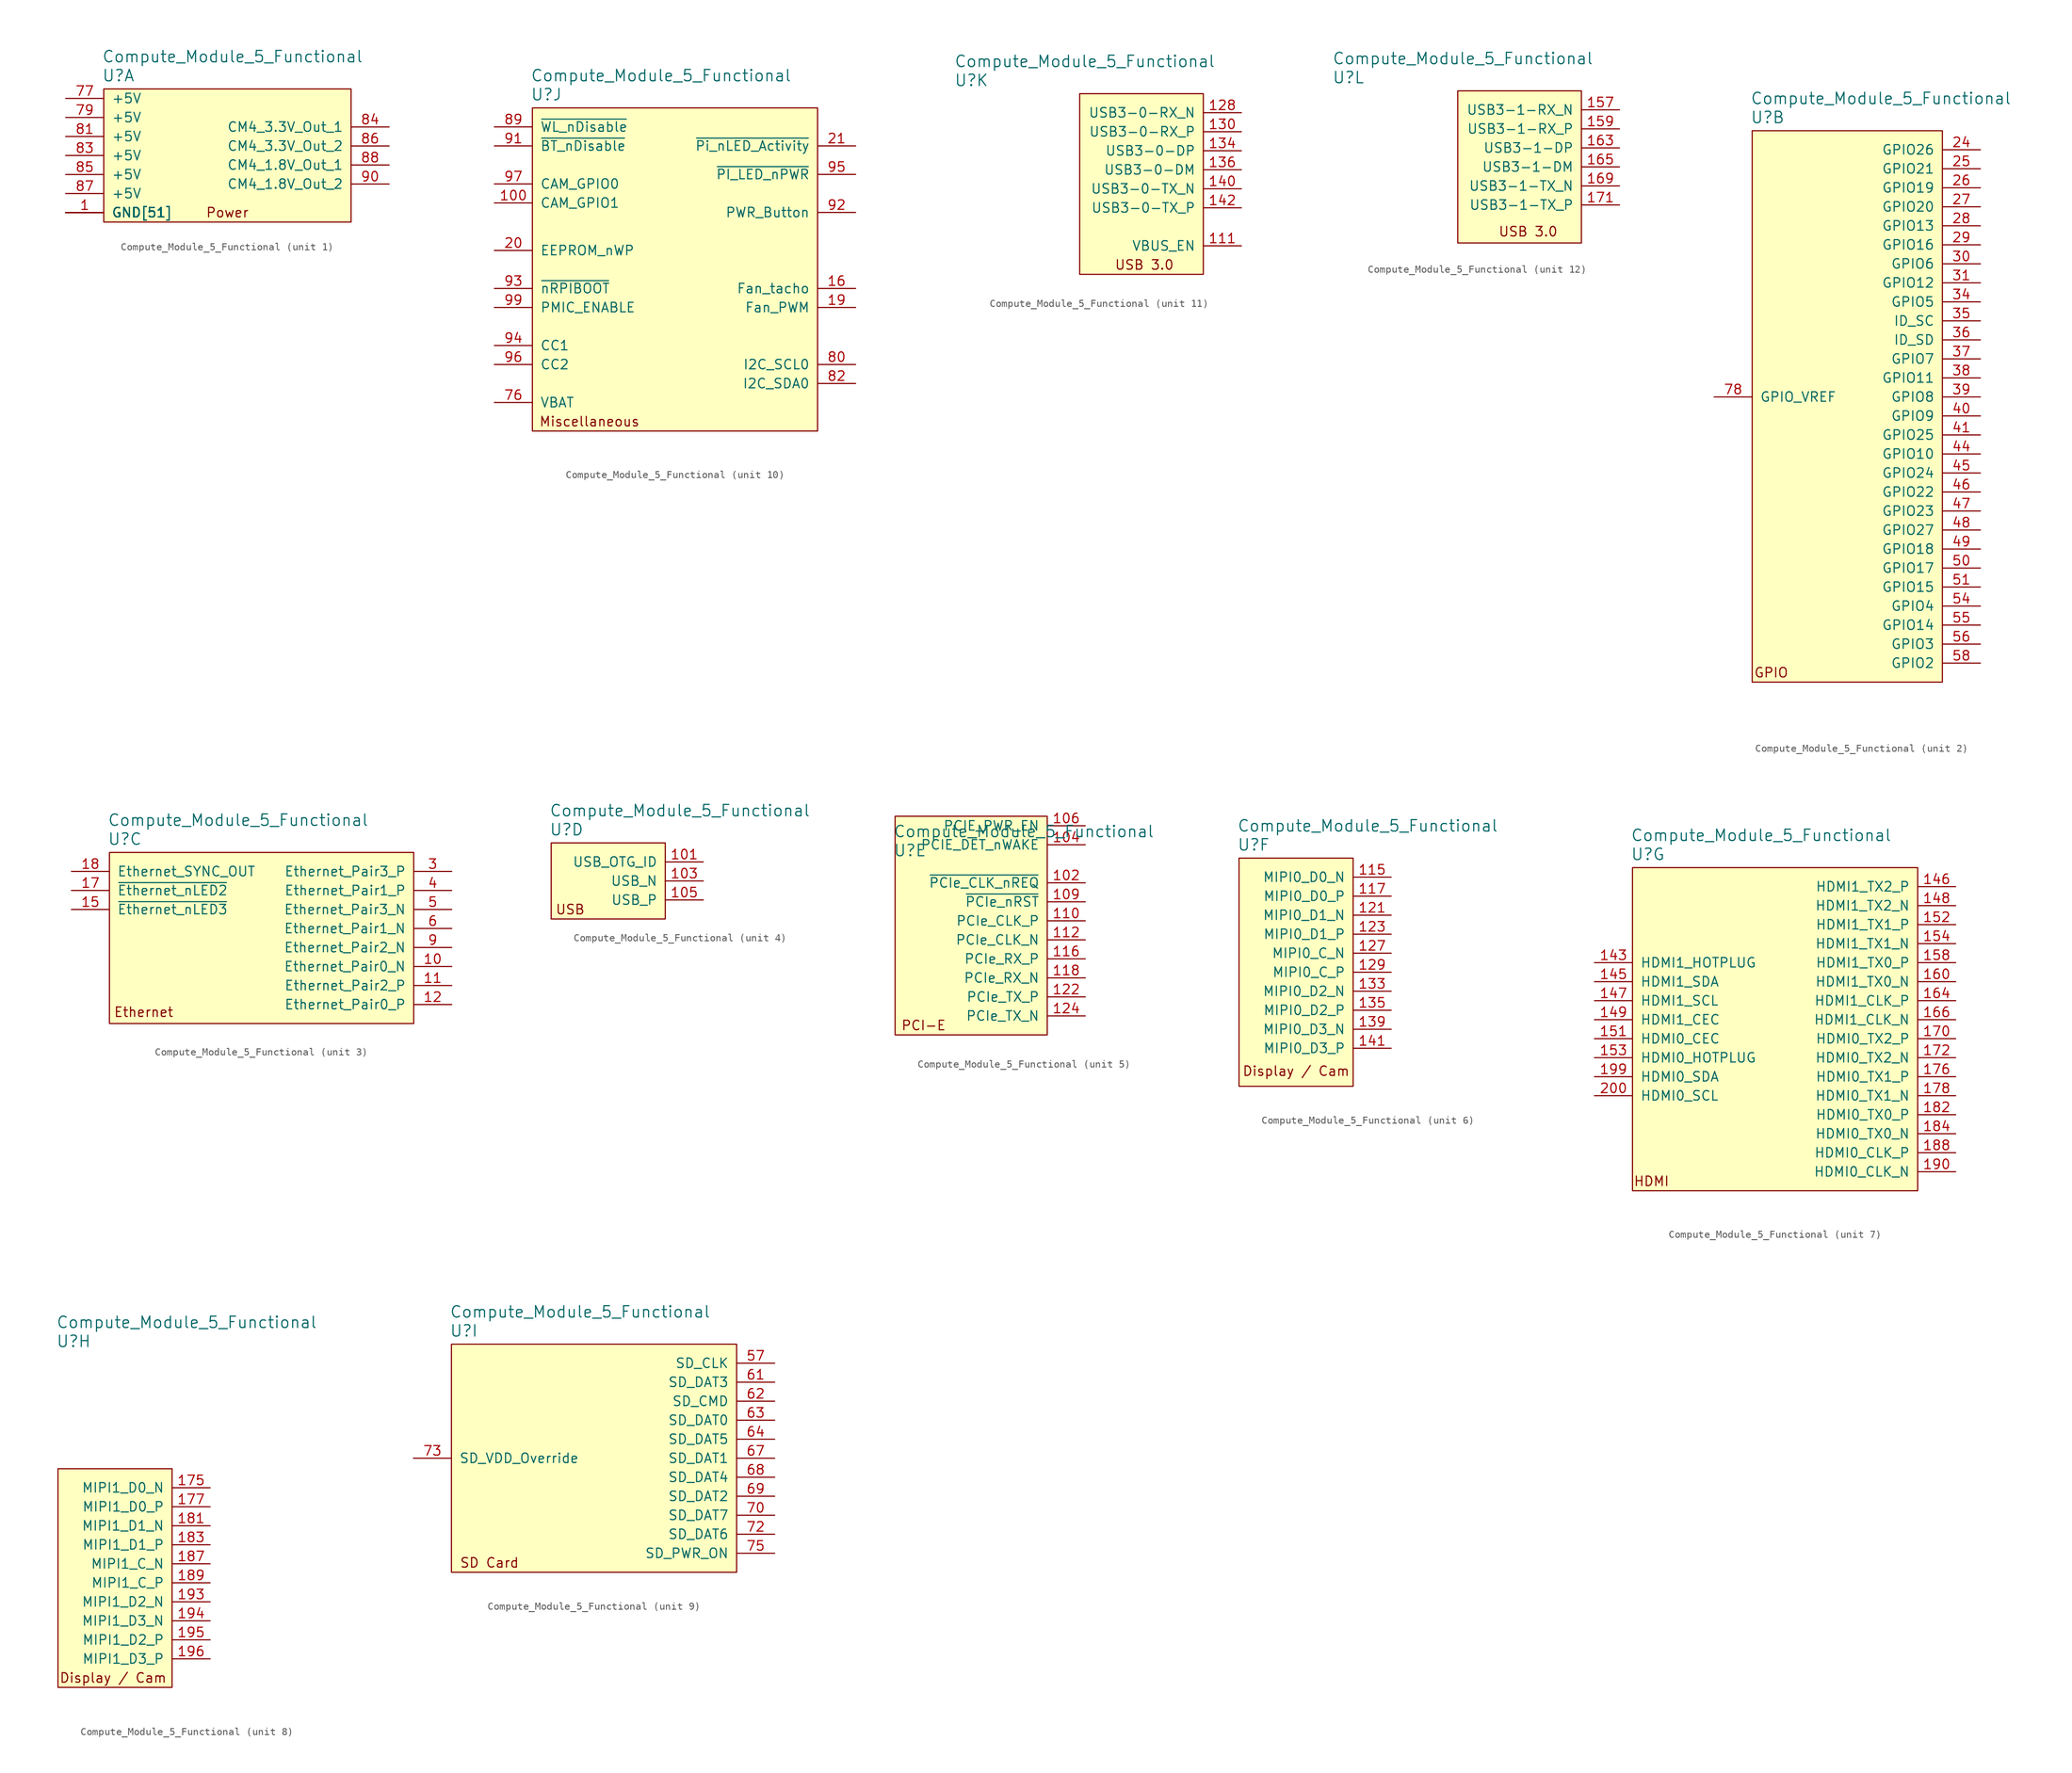
<source format=kicad_sym>
(kicad_symbol_lib
  (version 20231120)
  (generator "kicad_symbol_editor")
  (generator_version "8.0")
  (symbol "Compute_Module_5_Functional"
    (pin_names
      (offset 1.016))
    (property "Reference" "U"
      (at 4.826 4.318 0)
      (effects (font (size 1.524 1.524)) (justify left)))
    (property "Value" "Compute_Module_5_Functional"
      (at 4.826 6.858 0)
      (effects (font (size 1.524 1.524)) (justify left)))
    (property "ki_locked" ""
      (at 0 0 0)
      (effects (font (size 1.27 1.27))))
    (symbol "Compute_Module_5_Functional_1_0"
      (text "Power" (at 21.59 -13.97 0) (effects (font (size 1.27 1.27)))))
    (symbol "Compute_Module_5_Functional_1_1"
      (rectangle (start 5.08 2.54) (end 38.1 -15.24) (stroke (width 0) (type solid)) (fill (type background)))
      (pin power_in line (at 0 -13.97 0) (length 5.08) (name "GND[51]" (effects (font (size 1.27 1.27)))) (number "1" (effects (font (size 1.27 1.27)))))
      (pin power_in line (at 0 -13.97 0) (length 5.08) (name "GND[51]" (effects (font (size 1.27 1.27)))) (number "107" (effects (font (size 0 0)))))
      (pin power_in line (at 0 -13.97 0) (length 5.08) (name "GND[51]" (effects (font (size 1.27 1.27)))) (number "108" (effects (font (size 0 0)))))
      (pin power_in line (at 0 -13.97 0) (length 5.08) (name "GND[51]" (effects (font (size 1.27 1.27)))) (number "113" (effects (font (size 0 0)))))
      (pin power_in line (at 0 -13.97 0) (length 5.08) (name "GND[51]" (effects (font (size 1.27 1.27)))) (number "114" (effects (font (size 0 0)))))
      (pin power_in line (at 0 -13.97 0) (length 5.08) (name "GND[51]" (effects (font (size 1.27 1.27)))) (number "119" (effects (font (size 0 0)))))
      (pin power_in line (at 0 -13.97 0) (length 5.08) (name "GND[51]" (effects (font (size 1.27 1.27)))) (number "120" (effects (font (size 0 0)))))
      (pin power_in line (at 0 -13.97 0) (length 5.08) (name "GND[51]" (effects (font (size 1.27 1.27)))) (number "125" (effects (font (size 0 0)))))
      (pin power_in line (at 0 -13.97 0) (length 5.08) (name "GND[51]" (effects (font (size 1.27 1.27)))) (number "126" (effects (font (size 0 0)))))
      (pin power_in line (at 0 -13.97 0) (length 5.08) (name "GND[51]" (effects (font (size 1.27 1.27)))) (number "13" (effects (font (size 0 0)))))
      (pin power_in line (at 0 -13.97 0) (length 5.08) (name "GND[51]" (effects (font (size 1.27 1.27)))) (number "131" (effects (font (size 0 0)))))
      (pin power_in line (at 0 -13.97 0) (length 5.08) (name "GND[51]" (effects (font (size 1.27 1.27)))) (number "132" (effects (font (size 0 0)))))
      (pin power_in line (at 0 -13.97 0) (length 5.08) (name "GND[51]" (effects (font (size 1.27 1.27)))) (number "137" (effects (font (size 0 0)))))
      (pin power_in line (at 0 -13.97 0) (length 5.08) (name "GND[51]" (effects (font (size 1.27 1.27)))) (number "138" (effects (font (size 0 0)))))
      (pin power_in line (at 0 -13.97 0) (length 5.08) (name "GND[51]" (effects (font (size 1.27 1.27)))) (number "14" (effects (font (size 0 0)))))
      (pin power_in line (at 0 -13.97 0) (length 5.08) (name "GND[51]" (effects (font (size 1.27 1.27)))) (number "144" (effects (font (size 0 0)))))
      (pin power_in line (at 0 -13.97 0) (length 5.08) (name "GND[51]" (effects (font (size 1.27 1.27)))) (number "150" (effects (font (size 0 0)))))
      (pin power_in line (at 0 -13.97 0) (length 5.08) (name "GND[51]" (effects (font (size 1.27 1.27)))) (number "155" (effects (font (size 0 0)))))
      (pin power_in line (at 0 -13.97 0) (length 5.08) (name "GND[51]" (effects (font (size 1.27 1.27)))) (number "156" (effects (font (size 0 0)))))
      (pin power_in line (at 0 -13.97 0) (length 5.08) (name "GND[51]" (effects (font (size 1.27 1.27)))) (number "161" (effects (font (size 0 0)))))
      (pin power_in line (at 0 -13.97 0) (length 5.08) (name "GND[51]" (effects (font (size 1.27 1.27)))) (number "162" (effects (font (size 0 0)))))
      (pin power_in line (at 0 -13.97 0) (length 5.08) (name "GND[51]" (effects (font (size 1.27 1.27)))) (number "167" (effects (font (size 0 0)))))
      (pin power_in line (at 0 -13.97 0) (length 5.08) (name "GND[51]" (effects (font (size 1.27 1.27)))) (number "168" (effects (font (size 0 0)))))
      (pin power_in line (at 0 -13.97 0) (length 5.08) (name "GND[51]" (effects (font (size 1.27 1.27)))) (number "173" (effects (font (size 0 0)))))
      (pin power_in line (at 0 -13.97 0) (length 5.08) (name "GND[51]" (effects (font (size 1.27 1.27)))) (number "174" (effects (font (size 0 0)))))
      (pin power_in line (at 0 -13.97 0) (length 5.08) (name "GND[51]" (effects (font (size 1.27 1.27)))) (number "179" (effects (font (size 0 0)))))
      (pin power_in line (at 0 -13.97 0) (length 5.08) (name "GND[51]" (effects (font (size 1.27 1.27)))) (number "180" (effects (font (size 0 0)))))
      (pin power_in line (at 0 -13.97 0) (length 5.08) (name "GND[51]" (effects (font (size 1.27 1.27)))) (number "185" (effects (font (size 0 0)))))
      (pin power_in line (at 0 -13.97 0) (length 5.08) (name "GND[51]" (effects (font (size 1.27 1.27)))) (number "186" (effects (font (size 0 0)))))
      (pin power_in line (at 0 -13.97 0) (length 5.08) (name "GND[51]" (effects (font (size 1.27 1.27)))) (number "191" (effects (font (size 0 0)))))
      (pin power_in line (at 0 -13.97 0) (length 5.08) (name "GND[51]" (effects (font (size 1.27 1.27)))) (number "192" (effects (font (size 0 0)))))
      (pin power_in line (at 0 -13.97 0) (length 5.08) (name "GND[51]" (effects (font (size 1.27 1.27)))) (number "197" (effects (font (size 0 0)))))
      (pin power_in line (at 0 -13.97 0) (length 5.08) (name "GND[51]" (effects (font (size 1.27 1.27)))) (number "198" (effects (font (size 0 0)))))
      (pin power_in line (at 0 -13.97 0) (length 5.08) (name "GND[51]" (effects (font (size 1.27 1.27)))) (number "2" (effects (font (size 0 0)))))
      (pin power_in line (at 0 -13.97 0) (length 5.08) (name "GND[51]" (effects (font (size 1.27 1.27)))) (number "22" (effects (font (size 0 0)))))
      (pin power_in line (at 0 -13.97 0) (length 5.08) (name "GND[51]" (effects (font (size 1.27 1.27)))) (number "23" (effects (font (size 0 0)))))
      (pin power_in line (at 0 -13.97 0) (length 5.08) (name "GND[51]" (effects (font (size 1.27 1.27)))) (number "32" (effects (font (size 0 0)))))
      (pin power_in line (at 0 -13.97 0) (length 5.08) (name "GND[51]" (effects (font (size 1.27 1.27)))) (number "33" (effects (font (size 0 0)))))
      (pin power_in line (at 0 -13.97 0) (length 5.08) (name "GND[51]" (effects (font (size 1.27 1.27)))) (number "42" (effects (font (size 0 0)))))
      (pin power_in line (at 0 -13.97 0) (length 5.08) (name "GND[51]" (effects (font (size 1.27 1.27)))) (number "43" (effects (font (size 0 0)))))
      (pin power_in line (at 0 -13.97 0) (length 5.08) (name "GND[51]" (effects (font (size 1.27 1.27)))) (number "52" (effects (font (size 0 0)))))
      (pin power_in line (at 0 -13.97 0) (length 5.08) (name "GND[51]" (effects (font (size 1.27 1.27)))) (number "53" (effects (font (size 0 0)))))
      (pin power_in line (at 0 -13.97 0) (length 5.08) (name "GND[51]" (effects (font (size 1.27 1.27)))) (number "59" (effects (font (size 0 0)))))
      (pin power_in line (at 0 -13.97 0) (length 5.08) (name "GND[51]" (effects (font (size 1.27 1.27)))) (number "60" (effects (font (size 0 0)))))
      (pin power_in line (at 0 -13.97 0) (length 5.08) (name "GND[51]" (effects (font (size 1.27 1.27)))) (number "65" (effects (font (size 0 0)))))
      (pin power_in line (at 0 -13.97 0) (length 5.08) (name "GND[51]" (effects (font (size 1.27 1.27)))) (number "66" (effects (font (size 0 0)))))
      (pin power_in line (at 0 -13.97 0) (length 5.08) (name "GND[51]" (effects (font (size 1.27 1.27)))) (number "7" (effects (font (size 0 0)))))
      (pin power_in line (at 0 -13.97 0) (length 5.08) (name "GND[51]" (effects (font (size 1.27 1.27)))) (number "71" (effects (font (size 0 0)))))
      (pin power_in line (at 0 -13.97 0) (length 5.08) (name "GND[51]" (effects (font (size 1.27 1.27)))) (number "74" (effects (font (size 0 0)))))
      (pin power_in line (at 0 1.27 0) (length 5.08) (name "+5V" (effects (font (size 1.27 1.27)))) (number "77" (effects (font (size 1.27 1.27)))))
      (pin power_in line (at 0 -1.27 0) (length 5.08) (name "+5V" (effects (font (size 1.27 1.27)))) (number "79" (effects (font (size 1.27 1.27)))))
      (pin power_in line (at 0 -13.97 0) (length 5.08) (name "GND[51]" (effects (font (size 1.27 1.27)))) (number "8" (effects (font (size 0 0)))))
      (pin power_in line (at 0 -3.81 0) (length 5.08) (name "+5V" (effects (font (size 1.27 1.27)))) (number "81" (effects (font (size 1.27 1.27)))))
      (pin power_in line (at 0 -6.35 0) (length 5.08) (name "+5V" (effects (font (size 1.27 1.27)))) (number "83" (effects (font (size 1.27 1.27)))))
      (pin power_out line (at 43.18 -2.54 180) (length 5.08) (name "CM4_3.3V_Out_1" (effects (font (size 1.27 1.27)))) (number "84" (effects (font (size 1.27 1.27)))))
      (pin power_in line (at 0 -8.89 0) (length 5.08) (name "+5V" (effects (font (size 1.27 1.27)))) (number "85" (effects (font (size 1.27 1.27)))))
      (pin power_out line (at 43.18 -5.08 180) (length 5.08) (name "CM4_3.3V_Out_2" (effects (font (size 1.27 1.27)))) (number "86" (effects (font (size 1.27 1.27)))))
      (pin power_in line (at 0 -11.43 0) (length 5.08) (name "+5V" (effects (font (size 1.27 1.27)))) (number "87" (effects (font (size 1.27 1.27)))))
      (pin power_out line (at 43.18 -7.62 180) (length 5.08) (name "CM4_1.8V_Out_1" (effects (font (size 1.27 1.27)))) (number "88" (effects (font (size 1.27 1.27)))))
      (pin power_out line (at 43.18 -10.16 180) (length 5.08) (name "CM4_1.8V_Out_2" (effects (font (size 1.27 1.27)))) (number "90" (effects (font (size 1.27 1.27)))))
      (pin power_in line (at 0 -13.97 0) (length 5.08) (name "GND[51]" (effects (font (size 1.27 1.27)))) (number "98" (effects (font (size 0 0))))))
    (symbol "Compute_Module_5_Functional_2_0"
      (text "GPIO" (at 7.62 -69.85 0) (effects (font (size 1.27 1.27)))))
    (symbol "Compute_Module_5_Functional_2_1"
      (rectangle (start 5.08 2.54) (end 30.48 -71.12) (stroke (width 0) (type solid)) (fill (type background)))
      (pin passive line (at 35.56 0 180) (length 5.08) (name "GPIO26" (effects (font (size 1.27 1.27)))) (number "24" (effects (font (size 1.27 1.27)))))
      (pin passive line (at 35.56 -2.54 180) (length 5.08) (name "GPIO21" (effects (font (size 1.27 1.27)))) (number "25" (effects (font (size 1.27 1.27)))))
      (pin passive line (at 35.56 -5.08 180) (length 5.08) (name "GPIO19" (effects (font (size 1.27 1.27)))) (number "26" (effects (font (size 1.27 1.27)))))
      (pin passive line (at 35.56 -7.62 180) (length 5.08) (name "GPIO20" (effects (font (size 1.27 1.27)))) (number "27" (effects (font (size 1.27 1.27)))))
      (pin passive line (at 35.56 -10.16 180) (length 5.08) (name "GPIO13" (effects (font (size 1.27 1.27)))) (number "28" (effects (font (size 1.27 1.27)))))
      (pin passive line (at 35.56 -12.7 180) (length 5.08) (name "GPIO16" (effects (font (size 1.27 1.27)))) (number "29" (effects (font (size 1.27 1.27)))))
      (pin passive line (at 35.56 -15.24 180) (length 5.08) (name "GPIO6" (effects (font (size 1.27 1.27)))) (number "30" (effects (font (size 1.27 1.27)))))
      (pin passive line (at 35.56 -17.78 180) (length 5.08) (name "GPIO12" (effects (font (size 1.27 1.27)))) (number "31" (effects (font (size 1.27 1.27)))))
      (pin passive line (at 35.56 -20.32 180) (length 5.08) (name "GPIO5" (effects (font (size 1.27 1.27)))) (number "34" (effects (font (size 1.27 1.27)))))
      (pin passive line (at 35.56 -22.86 180) (length 5.08) (name "ID_SC" (effects (font (size 1.27 1.27)))) (number "35" (effects (font (size 1.27 1.27)))))
      (pin passive line (at 35.56 -25.4 180) (length 5.08) (name "ID_SD" (effects (font (size 1.27 1.27)))) (number "36" (effects (font (size 1.27 1.27)))))
      (pin passive line (at 35.56 -27.94 180) (length 5.08) (name "GPIO7" (effects (font (size 1.27 1.27)))) (number "37" (effects (font (size 1.27 1.27)))))
      (pin passive line (at 35.56 -30.48 180) (length 5.08) (name "GPIO11" (effects (font (size 1.27 1.27)))) (number "38" (effects (font (size 1.27 1.27)))))
      (pin passive line (at 35.56 -33.02 180) (length 5.08) (name "GPIO8" (effects (font (size 1.27 1.27)))) (number "39" (effects (font (size 1.27 1.27)))))
      (pin passive line (at 35.56 -35.56 180) (length 5.08) (name "GPIO9" (effects (font (size 1.27 1.27)))) (number "40" (effects (font (size 1.27 1.27)))))
      (pin passive line (at 35.56 -38.1 180) (length 5.08) (name "GPIO25" (effects (font (size 1.27 1.27)))) (number "41" (effects (font (size 1.27 1.27)))))
      (pin passive line (at 35.56 -40.64 180) (length 5.08) (name "GPIO10" (effects (font (size 1.27 1.27)))) (number "44" (effects (font (size 1.27 1.27)))))
      (pin passive line (at 35.56 -43.18 180) (length 5.08) (name "GPIO24" (effects (font (size 1.27 1.27)))) (number "45" (effects (font (size 1.27 1.27)))))
      (pin passive line (at 35.56 -45.72 180) (length 5.08) (name "GPIO22" (effects (font (size 1.27 1.27)))) (number "46" (effects (font (size 1.27 1.27)))))
      (pin passive line (at 35.56 -48.26 180) (length 5.08) (name "GPIO23" (effects (font (size 1.27 1.27)))) (number "47" (effects (font (size 1.27 1.27)))))
      (pin passive line (at 35.56 -50.8 180) (length 5.08) (name "GPIO27" (effects (font (size 1.27 1.27)))) (number "48" (effects (font (size 1.27 1.27)))))
      (pin passive line (at 35.56 -53.34 180) (length 5.08) (name "GPIO18" (effects (font (size 1.27 1.27)))) (number "49" (effects (font (size 1.27 1.27)))))
      (pin passive line (at 35.56 -55.88 180) (length 5.08) (name "GPIO17" (effects (font (size 1.27 1.27)))) (number "50" (effects (font (size 1.27 1.27)))))
      (pin passive line (at 35.56 -58.42 180) (length 5.08) (name "GPIO15" (effects (font (size 1.27 1.27)))) (number "51" (effects (font (size 1.27 1.27)))))
      (pin passive line (at 35.56 -60.96 180) (length 5.08) (name "GPIO4" (effects (font (size 1.27 1.27)))) (number "54" (effects (font (size 1.27 1.27)))))
      (pin passive line (at 35.56 -63.5 180) (length 5.08) (name "GPIO14" (effects (font (size 1.27 1.27)))) (number "55" (effects (font (size 1.27 1.27)))))
      (pin passive line (at 35.56 -66.04 180) (length 5.08) (name "GPIO3" (effects (font (size 1.27 1.27)))) (number "56" (effects (font (size 1.27 1.27)))))
      (pin passive line (at 35.56 -68.58 180) (length 5.08) (name "GPIO2" (effects (font (size 1.27 1.27)))) (number "58" (effects (font (size 1.27 1.27)))))
      (pin power_in line (at 0 -33.02 0) (length 5.08) (name "GPIO_VREF" (effects (font (size 1.27 1.27)))) (number "78" (effects (font (size 1.27 1.27))))))
    (symbol "Compute_Module_5_Functional_3_0"
      (text "Ethernet" (at 9.652 -18.796 0) (effects (font (size 1.27 1.27)))))
    (symbol "Compute_Module_5_Functional_3_1"
      (rectangle (start 5.08 2.54) (end 45.72 -20.32) (stroke (width 0) (type solid)) (fill (type background)))
      (pin passive line (at 50.8 -12.7 180) (length 5.08) (name "Ethernet_Pair0_N" (effects (font (size 1.27 1.27)))) (number "10" (effects (font (size 1.27 1.27)))))
      (pin passive line (at 50.8 -15.24 180) (length 5.08) (name "Ethernet_Pair2_P" (effects (font (size 1.27 1.27)))) (number "11" (effects (font (size 1.27 1.27)))))
      (pin passive line (at 50.8 -17.78 180) (length 5.08) (name "Ethernet_Pair0_P" (effects (font (size 1.27 1.27)))) (number "12" (effects (font (size 1.27 1.27)))))
      (pin output line (at 0 -5.08 0) (length 5.08) (name "~{Ethernet_nLED3}" (effects (font (size 1.27 1.27)))) (number "15" (effects (font (size 1.27 1.27)))))
      (pin output line (at 0 -2.54 0) (length 5.08) (name "~{Ethernet_nLED2}" (effects (font (size 1.27 1.27)))) (number "17" (effects (font (size 1.27 1.27)))))
      (pin input line (at 0 0 0) (length 5.08) (name "Ethernet_SYNC_OUT" (effects (font (size 1.27 1.27)))) (number "18" (effects (font (size 1.27 1.27)))))
      (pin passive line (at 50.8 0 180) (length 5.08) (name "Ethernet_Pair3_P" (effects (font (size 1.27 1.27)))) (number "3" (effects (font (size 1.27 1.27)))))
      (pin passive line (at 50.8 -2.54 180) (length 5.08) (name "Ethernet_Pair1_P" (effects (font (size 1.27 1.27)))) (number "4" (effects (font (size 1.27 1.27)))))
      (pin passive line (at 50.8 -5.08 180) (length 5.08) (name "Ethernet_Pair3_N" (effects (font (size 1.27 1.27)))) (number "5" (effects (font (size 1.27 1.27)))))
      (pin passive line (at 50.8 -7.62 180) (length 5.08) (name "Ethernet_Pair1_N" (effects (font (size 1.27 1.27)))) (number "6" (effects (font (size 1.27 1.27)))))
      (pin passive line (at 50.8 -10.16 180) (length 5.08) (name "Ethernet_Pair2_N" (effects (font (size 1.27 1.27)))) (number "9" (effects (font (size 1.27 1.27))))))
    (symbol "Compute_Module_5_Functional_4_0"
      (text "USB" (at 7.62 -6.35 0) (effects (font (size 1.27 1.27)))))
    (symbol "Compute_Module_5_Functional_4_1"
      (rectangle (start 5.08 2.54) (end 20.32 -7.62) (stroke (width 0) (type solid)) (fill (type background)))
      (pin input line (at 25.4 0 180) (length 5.08) (name "USB_OTG_ID" (effects (font (size 1.27 1.27)))) (number "101" (effects (font (size 1.27 1.27)))))
      (pin passive line (at 25.4 -2.54 180) (length 5.08) (name "USB_N" (effects (font (size 1.27 1.27)))) (number "103" (effects (font (size 1.27 1.27)))))
      (pin passive line (at 25.4 -5.08 180) (length 5.08) (name "USB_P" (effects (font (size 1.27 1.27)))) (number "105" (effects (font (size 1.27 1.27))))))
    (symbol "Compute_Module_5_Functional_5_0"
      (text "PCI-E" (at 8.89 -19.05 0) (effects (font (size 1.27 1.27)))))
    (symbol "Compute_Module_5_Functional_5_1"
      (rectangle (start 5.08 8.89) (end 25.4 -20.32) (stroke (width 0) (type solid)) (fill (type background)))
      (pin input line (at 30.48 0 180) (length 5.08) (name "~{PCIe_CLK_nREQ}" (effects (font (size 1.27 1.27)))) (number "102" (effects (font (size 1.27 1.27)))))
      (pin passive line (at 30.48 5.08 180) (length 5.08) (name "PCIE_DET_nWAKE" (effects (font (size 1.27 1.27)))) (number "104" (effects (font (size 1.27 1.27)))))
      (pin passive line (at 30.48 7.62 180) (length 5.08) (name "PCIE_PWR_EN" (effects (font (size 1.27 1.27)))) (number "106" (effects (font (size 1.27 1.27)))))
      (pin output line (at 30.48 -2.54 180) (length 5.08) (name "~{PCIe_nRST}" (effects (font (size 1.27 1.27)))) (number "109" (effects (font (size 1.27 1.27)))))
      (pin output line (at 30.48 -5.08 180) (length 5.08) (name "PCIe_CLK_P" (effects (font (size 1.27 1.27)))) (number "110" (effects (font (size 1.27 1.27)))))
      (pin output line (at 30.48 -7.62 180) (length 5.08) (name "PCIe_CLK_N" (effects (font (size 1.27 1.27)))) (number "112" (effects (font (size 1.27 1.27)))))
      (pin input line (at 30.48 -10.16 180) (length 5.08) (name "PCIe_RX_P" (effects (font (size 1.27 1.27)))) (number "116" (effects (font (size 1.27 1.27)))))
      (pin input line (at 30.48 -12.7 180) (length 5.08) (name "PCIe_RX_N" (effects (font (size 1.27 1.27)))) (number "118" (effects (font (size 1.27 1.27)))))
      (pin output line (at 30.48 -15.24 180) (length 5.08) (name "PCIe_TX_P" (effects (font (size 1.27 1.27)))) (number "122" (effects (font (size 1.27 1.27)))))
      (pin output line (at 30.48 -17.78 180) (length 5.08) (name "PCIe_TX_N" (effects (font (size 1.27 1.27)))) (number "124" (effects (font (size 1.27 1.27))))))
    (symbol "Compute_Module_5_Functional_6_0"
      (text "Display / Cam" (at 12.7 -25.908 0) (effects (font (size 1.27 1.27)))))
    (symbol "Compute_Module_5_Functional_6_1"
      (rectangle (start 5.08 2.54) (end 20.32 -27.94) (stroke (width 0) (type solid)) (fill (type background)))
      (pin input line (at 25.4 0 180) (length 5.08) (name "MIPI0_D0_N" (effects (font (size 1.27 1.27)))) (number "115" (effects (font (size 1.27 1.27)))))
      (pin input line (at 25.4 -2.54 180) (length 5.08) (name "MIPI0_D0_P" (effects (font (size 1.27 1.27)))) (number "117" (effects (font (size 1.27 1.27)))))
      (pin input line (at 25.4 -5.08 180) (length 5.08) (name "MIPI0_D1_N" (effects (font (size 1.27 1.27)))) (number "121" (effects (font (size 1.27 1.27)))))
      (pin input line (at 25.4 -7.62 180) (length 5.08) (name "MIPI0_D1_P" (effects (font (size 1.27 1.27)))) (number "123" (effects (font (size 1.27 1.27)))))
      (pin input line (at 25.4 -10.16 180) (length 5.08) (name "MIPI0_C_N" (effects (font (size 1.27 1.27)))) (number "127" (effects (font (size 1.27 1.27)))))
      (pin input line (at 25.4 -12.7 180) (length 5.08) (name "MIPI0_C_P" (effects (font (size 1.27 1.27)))) (number "129" (effects (font (size 1.27 1.27)))))
      (pin input line (at 25.4 -15.24 180) (length 5.08) (name "MIPI0_D2_N" (effects (font (size 1.27 1.27)))) (number "133" (effects (font (size 1.27 1.27)))))
      (pin input line (at 25.4 -17.78 180) (length 5.08) (name "MIPI0_D2_P" (effects (font (size 1.27 1.27)))) (number "135" (effects (font (size 1.27 1.27)))))
      (pin input line (at 25.4 -20.32 180) (length 5.08) (name "MIPI0_D3_N" (effects (font (size 1.27 1.27)))) (number "139" (effects (font (size 1.27 1.27)))))
      (pin input line (at 25.4 -22.86 180) (length 5.08) (name "MIPI0_D3_P" (effects (font (size 1.27 1.27)))) (number "141" (effects (font (size 1.27 1.27))))))
    (symbol "Compute_Module_5_Functional_7_0"
      (text "HDMI" (at 7.62 -39.37 0) (effects (font (size 1.27 1.27)))))
    (symbol "Compute_Module_5_Functional_7_1"
      (rectangle (start 5.08 2.54) (end 43.18 -40.64) (stroke (width 0) (type solid)) (fill (type background)))
      (pin input line (at 0 -10.16 0) (length 5.08) (name "HDMI1_HOTPLUG" (effects (font (size 1.27 1.27)))) (number "143" (effects (font (size 1.27 1.27)))))
      (pin bidirectional line (at 0 -12.7 0) (length 5.08) (name "HDMI1_SDA" (effects (font (size 1.27 1.27)))) (number "145" (effects (font (size 1.27 1.27)))))
      (pin output line (at 48.26 0 180) (length 5.08) (name "HDMI1_TX2_P" (effects (font (size 1.27 1.27)))) (number "146" (effects (font (size 1.27 1.27)))))
      (pin open_collector line (at 0 -15.24 0) (length 5.08) (name "HDMI1_SCL" (effects (font (size 1.27 1.27)))) (number "147" (effects (font (size 1.27 1.27)))))
      (pin output line (at 48.26 -2.54 180) (length 5.08) (name "HDMI1_TX2_N" (effects (font (size 1.27 1.27)))) (number "148" (effects (font (size 1.27 1.27)))))
      (pin open_collector line (at 0 -17.78 0) (length 5.08) (name "HDMI1_CEC" (effects (font (size 1.27 1.27)))) (number "149" (effects (font (size 1.27 1.27)))))
      (pin open_collector line (at 0 -20.32 0) (length 5.08) (name "HDMI0_CEC" (effects (font (size 1.27 1.27)))) (number "151" (effects (font (size 1.27 1.27)))))
      (pin output line (at 48.26 -5.08 180) (length 5.08) (name "HDMI1_TX1_P" (effects (font (size 1.27 1.27)))) (number "152" (effects (font (size 1.27 1.27)))))
      (pin input line (at 0 -22.86 0) (length 5.08) (name "HDMI0_HOTPLUG" (effects (font (size 1.27 1.27)))) (number "153" (effects (font (size 1.27 1.27)))))
      (pin output line (at 48.26 -7.62 180) (length 5.08) (name "HDMI1_TX1_N" (effects (font (size 1.27 1.27)))) (number "154" (effects (font (size 1.27 1.27)))))
      (pin output line (at 48.26 -10.16 180) (length 5.08) (name "HDMI1_TX0_P" (effects (font (size 1.27 1.27)))) (number "158" (effects (font (size 1.27 1.27)))))
      (pin output line (at 48.26 -12.7 180) (length 5.08) (name "HDMI1_TX0_N" (effects (font (size 1.27 1.27)))) (number "160" (effects (font (size 1.27 1.27)))))
      (pin output line (at 48.26 -15.24 180) (length 5.08) (name "HDMI1_CLK_P" (effects (font (size 1.27 1.27)))) (number "164" (effects (font (size 1.27 1.27)))))
      (pin output line (at 48.26 -17.78 180) (length 5.08) (name "HDMI1_CLK_N" (effects (font (size 1.27 1.27)))) (number "166" (effects (font (size 1.27 1.27)))))
      (pin output line (at 48.26 -20.32 180) (length 5.08) (name "HDMI0_TX2_P" (effects (font (size 1.27 1.27)))) (number "170" (effects (font (size 1.27 1.27)))))
      (pin output line (at 48.26 -22.86 180) (length 5.08) (name "HDMI0_TX2_N" (effects (font (size 1.27 1.27)))) (number "172" (effects (font (size 1.27 1.27)))))
      (pin output line (at 48.26 -25.4 180) (length 5.08) (name "HDMI0_TX1_P" (effects (font (size 1.27 1.27)))) (number "176" (effects (font (size 1.27 1.27)))))
      (pin output line (at 48.26 -27.94 180) (length 5.08) (name "HDMI0_TX1_N" (effects (font (size 1.27 1.27)))) (number "178" (effects (font (size 1.27 1.27)))))
      (pin output line (at 48.26 -30.48 180) (length 5.08) (name "HDMI0_TX0_P" (effects (font (size 1.27 1.27)))) (number "182" (effects (font (size 1.27 1.27)))))
      (pin output line (at 48.26 -33.02 180) (length 5.08) (name "HDMI0_TX0_N" (effects (font (size 1.27 1.27)))) (number "184" (effects (font (size 1.27 1.27)))))
      (pin output line (at 48.26 -35.56 180) (length 5.08) (name "HDMI0_CLK_P" (effects (font (size 1.27 1.27)))) (number "188" (effects (font (size 1.27 1.27)))))
      (pin output line (at 48.26 -38.1 180) (length 5.08) (name "HDMI0_CLK_N" (effects (font (size 1.27 1.27)))) (number "190" (effects (font (size 1.27 1.27)))))
      (pin bidirectional line (at 0 -25.4 0) (length 5.08) (name "HDMI0_SDA" (effects (font (size 1.27 1.27)))) (number "199" (effects (font (size 1.27 1.27)))))
      (pin open_collector line (at 0 -27.94 0) (length 5.08) (name "HDMI0_SCL" (effects (font (size 1.27 1.27)))) (number "200" (effects (font (size 1.27 1.27))))))
    (symbol "Compute_Module_5_Functional_8_0"
      (text "Display / Cam" (at 12.446 -40.64 0) (effects (font (size 1.27 1.27)))))
    (symbol "Compute_Module_5_Functional_8_1"
      (rectangle (start 5.08 -12.7) (end 20.32 -41.91) (stroke (width 0) (type solid)) (fill (type background)))
      (pin output line (at 25.4 -15.24 180) (length 5.08) (name "MIPI1_D0_N" (effects (font (size 1.27 1.27)))) (number "175" (effects (font (size 1.27 1.27)))))
      (pin output line (at 25.4 -17.78 180) (length 5.08) (name "MIPI1_D0_P" (effects (font (size 1.27 1.27)))) (number "177" (effects (font (size 1.27 1.27)))))
      (pin output line (at 25.4 -20.32 180) (length 5.08) (name "MIPI1_D1_N" (effects (font (size 1.27 1.27)))) (number "181" (effects (font (size 1.27 1.27)))))
      (pin output line (at 25.4 -22.86 180) (length 5.08) (name "MIPI1_D1_P" (effects (font (size 1.27 1.27)))) (number "183" (effects (font (size 1.27 1.27)))))
      (pin output line (at 25.4 -25.4 180) (length 5.08) (name "MIPI1_C_N" (effects (font (size 1.27 1.27)))) (number "187" (effects (font (size 1.27 1.27)))))
      (pin output line (at 25.4 -27.94 180) (length 5.08) (name "MIPI1_C_P" (effects (font (size 1.27 1.27)))) (number "189" (effects (font (size 1.27 1.27)))))
      (pin output line (at 25.4 -30.48 180) (length 5.08) (name "MIPI1_D2_N" (effects (font (size 1.27 1.27)))) (number "193" (effects (font (size 1.27 1.27)))))
      (pin output line (at 25.4 -33.02 180) (length 5.08) (name "MIPI1_D3_N" (effects (font (size 1.27 1.27)))) (number "194" (effects (font (size 1.27 1.27)))))
      (pin output line (at 25.4 -35.56 180) (length 5.08) (name "MIPI1_D2_P" (effects (font (size 1.27 1.27)))) (number "195" (effects (font (size 1.27 1.27)))))
      (pin output line (at 25.4 -38.1 180) (length 5.08) (name "MIPI1_D3_P" (effects (font (size 1.27 1.27)))) (number "196" (effects (font (size 1.27 1.27))))))
    (symbol "Compute_Module_5_Functional_9_0"
      (text "SD Card" (at 10.16 -26.67 0) (effects (font (size 1.27 1.27)))))
    (symbol "Compute_Module_5_Functional_9_1"
      (rectangle (start 5.08 2.54) (end 43.18 -27.94) (stroke (width 0) (type solid)) (fill (type background)))
      (pin passive line (at 48.26 0 180) (length 5.08) (name "SD_CLK" (effects (font (size 1.27 1.27)))) (number "57" (effects (font (size 1.27 1.27)))))
      (pin passive line (at 48.26 -2.54 180) (length 5.08) (name "SD_DAT3" (effects (font (size 1.27 1.27)))) (number "61" (effects (font (size 1.27 1.27)))))
      (pin passive line (at 48.26 -5.08 180) (length 5.08) (name "SD_CMD" (effects (font (size 1.27 1.27)))) (number "62" (effects (font (size 1.27 1.27)))))
      (pin passive line (at 48.26 -7.62 180) (length 5.08) (name "SD_DAT0" (effects (font (size 1.27 1.27)))) (number "63" (effects (font (size 1.27 1.27)))))
      (pin passive line (at 48.26 -10.16 180) (length 5.08) (name "SD_DAT5" (effects (font (size 1.27 1.27)))) (number "64" (effects (font (size 1.27 1.27)))))
      (pin passive line (at 48.26 -12.7 180) (length 5.08) (name "SD_DAT1" (effects (font (size 1.27 1.27)))) (number "67" (effects (font (size 1.27 1.27)))))
      (pin passive line (at 48.26 -15.24 180) (length 5.08) (name "SD_DAT4" (effects (font (size 1.27 1.27)))) (number "68" (effects (font (size 1.27 1.27)))))
      (pin passive line (at 48.26 -17.78 180) (length 5.08) (name "SD_DAT2" (effects (font (size 1.27 1.27)))) (number "69" (effects (font (size 1.27 1.27)))))
      (pin passive line (at 48.26 -20.32 180) (length 5.08) (name "SD_DAT7" (effects (font (size 1.27 1.27)))) (number "70" (effects (font (size 1.27 1.27)))))
      (pin passive line (at 48.26 -22.86 180) (length 5.08) (name "SD_DAT6" (effects (font (size 1.27 1.27)))) (number "72" (effects (font (size 1.27 1.27)))))
      (pin input line (at 0 -12.7 0) (length 5.08) (name "SD_VDD_Override" (effects (font (size 1.27 1.27)))) (number "73" (effects (font (size 1.27 1.27)))))
      (pin output line (at 48.26 -25.4 180) (length 5.08) (name "SD_PWR_ON" (effects (font (size 1.27 1.27)))) (number "75" (effects (font (size 1.27 1.27))))))
    (symbol "Compute_Module_5_Functional_10_0"
      (text "Miscellaneous" (at 12.7 -39.37 0) (effects (font (size 1.27 1.27)))))
    (symbol "Compute_Module_5_Functional_10_1"
      (rectangle (start 5.08 2.54) (end 43.18 -40.64) (stroke (width 0) (type solid)) (fill (type background)))
      (pin input line (at 0 -10.16 0) (length 5.08) (name "CAM_GPIO1" (effects (font (size 1.27 1.27)))) (number "100" (effects (font (size 1.27 1.27)))))
      (pin input line (at 48.26 -21.59 180) (length 5.08) (name "Fan_tacho" (effects (font (size 1.27 1.27)))) (number "16" (effects (font (size 1.27 1.27)))))
      (pin output line (at 48.26 -24.13 180) (length 5.08) (name "Fan_PWM" (effects (font (size 1.27 1.27)))) (number "19" (effects (font (size 1.27 1.27)))))
      (pin input line (at 0 -16.51 0) (length 5.08) (name "EEPROM_nWP" (effects (font (size 1.27 1.27)))) (number "20" (effects (font (size 1.27 1.27)))))
      (pin open_collector line (at 48.26 -2.54 180) (length 5.08) (name "~{Pi_nLED_Activity}" (effects (font (size 1.27 1.27)))) (number "21" (effects (font (size 1.27 1.27)))))
      (pin input line (at 0 -36.83 0) (length 5.08) (name "VBAT" (effects (font (size 1.27 1.27)))) (number "76" (effects (font (size 1.27 1.27)))))
      (pin bidirectional line (at 48.26 -31.75 180) (length 5.08) (name "I2C_SCL0" (effects (font (size 1.27 1.27)))) (number "80" (effects (font (size 1.27 1.27)))))
      (pin bidirectional line (at 48.26 -34.29 180) (length 5.08) (name "I2C_SDA0" (effects (font (size 1.27 1.27)))) (number "82" (effects (font (size 1.27 1.27)))))
      (pin input line (at 0 0 0) (length 5.08) (name "~{WL_nDisable}" (effects (font (size 1.27 1.27)))) (number "89" (effects (font (size 1.27 1.27)))))
      (pin input line (at 0 -2.54 0) (length 5.08) (name "~{BT_nDisable}" (effects (font (size 1.27 1.27)))) (number "91" (effects (font (size 1.27 1.27)))))
      (pin passive line (at 48.26 -11.43 180) (length 5.08) (name "PWR_Button" (effects (font (size 1.27 1.27)))) (number "92" (effects (font (size 1.27 1.27)))))
      (pin input line (at 0 -21.59 0) (length 5.08) (name "~{nRPIBOOT}" (effects (font (size 1.27 1.27)))) (number "93" (effects (font (size 1.27 1.27)))))
      (pin bidirectional line (at 0 -29.21 0) (length 5.08) (name "CC1" (effects (font (size 1.27 1.27)))) (number "94" (effects (font (size 1.27 1.27)))))
      (pin output line (at 48.26 -6.35 180) (length 5.08) (name "~{PI_LED_nPWR}" (effects (font (size 1.27 1.27)))) (number "95" (effects (font (size 1.27 1.27)))))
      (pin bidirectional line (at 0 -31.75 0) (length 5.08) (name "CC2" (effects (font (size 1.27 1.27)))) (number "96" (effects (font (size 1.27 1.27)))))
      (pin input line (at 0 -7.62 0) (length 5.08) (name "CAM_GPIO0" (effects (font (size 1.27 1.27)))) (number "97" (effects (font (size 1.27 1.27)))))
      (pin input line (at 0 -24.13 0) (length 5.08) (name "PMIC_ENABLE" (effects (font (size 1.27 1.27)))) (number "99" (effects (font (size 1.27 1.27))))))
    (symbol "Compute_Module_5_Functional_11_0"
      (text "USB 3.0" (at 30.226 -20.32 0) (effects (font (size 1.27 1.27)))))
    (symbol "Compute_Module_5_Functional_11_1"
      (rectangle (start 21.59 2.54) (end 38.1 -21.59) (stroke (width 0) (type solid)) (fill (type background)))
      (pin input line (at 43.18 -17.78 180) (length 5.08) (name "VBUS_EN" (effects (font (size 1.27 1.27)))) (number "111" (effects (font (size 1.27 1.27)))))
      (pin input line (at 43.18 0 180) (length 5.08) (name "USB3-0-RX_N" (effects (font (size 1.27 1.27)))) (number "128" (effects (font (size 1.27 1.27)))))
      (pin input line (at 43.18 -2.54 180) (length 5.08) (name "USB3-0-RX_P" (effects (font (size 1.27 1.27)))) (number "130" (effects (font (size 1.27 1.27)))))
      (pin bidirectional line (at 43.18 -5.08 180) (length 5.08) (name "USB3-0-DP" (effects (font (size 1.27 1.27)))) (number "134" (effects (font (size 1.27 1.27)))))
      (pin bidirectional line (at 43.18 -7.62 180) (length 5.08) (name "USB3-0-DM" (effects (font (size 1.27 1.27)))) (number "136" (effects (font (size 1.27 1.27)))))
      (pin output line (at 43.18 -10.16 180) (length 5.08) (name "USB3-0-TX_N" (effects (font (size 1.27 1.27)))) (number "140" (effects (font (size 1.27 1.27)))))
      (pin output line (at 43.18 -12.7 180) (length 5.08) (name "USB3-0-TX_P" (effects (font (size 1.27 1.27)))) (number "142" (effects (font (size 1.27 1.27))))))
    (symbol "Compute_Module_5_Functional_12_0"
      (text "USB 3.0" (at 30.988 -16.256 0) (effects (font (size 1.27 1.27)))))
    (symbol "Compute_Module_5_Functional_12_1"
      (rectangle (start 21.59 2.54) (end 38.1 -17.78) (stroke (width 0) (type solid)) (fill (type background)))
      (pin input line (at 43.18 0 180) (length 5.08) (name "USB3-1-RX_N" (effects (font (size 1.27 1.27)))) (number "157" (effects (font (size 1.27 1.27)))))
      (pin input line (at 43.18 -2.54 180) (length 5.08) (name "USB3-1-RX_P" (effects (font (size 1.27 1.27)))) (number "159" (effects (font (size 1.27 1.27)))))
      (pin bidirectional line (at 43.18 -5.08 180) (length 5.08) (name "USB3-1-DP" (effects (font (size 1.27 1.27)))) (number "163" (effects (font (size 1.27 1.27)))))
      (pin bidirectional line (at 43.18 -7.62 180) (length 5.08) (name "USB3-1-DM" (effects (font (size 1.27 1.27)))) (number "165" (effects (font (size 1.27 1.27)))))
      (pin output line (at 43.18 -10.16 180) (length 5.08) (name "USB3-1-TX_N" (effects (font (size 1.27 1.27)))) (number "169" (effects (font (size 1.27 1.27)))))
      (pin output line (at 43.18 -12.7 180) (length 5.08) (name "USB3-1-TX_P" (effects (font (size 1.27 1.27)))) (number "171" (effects (font (size 1.27 1.27))))))))
</source>
